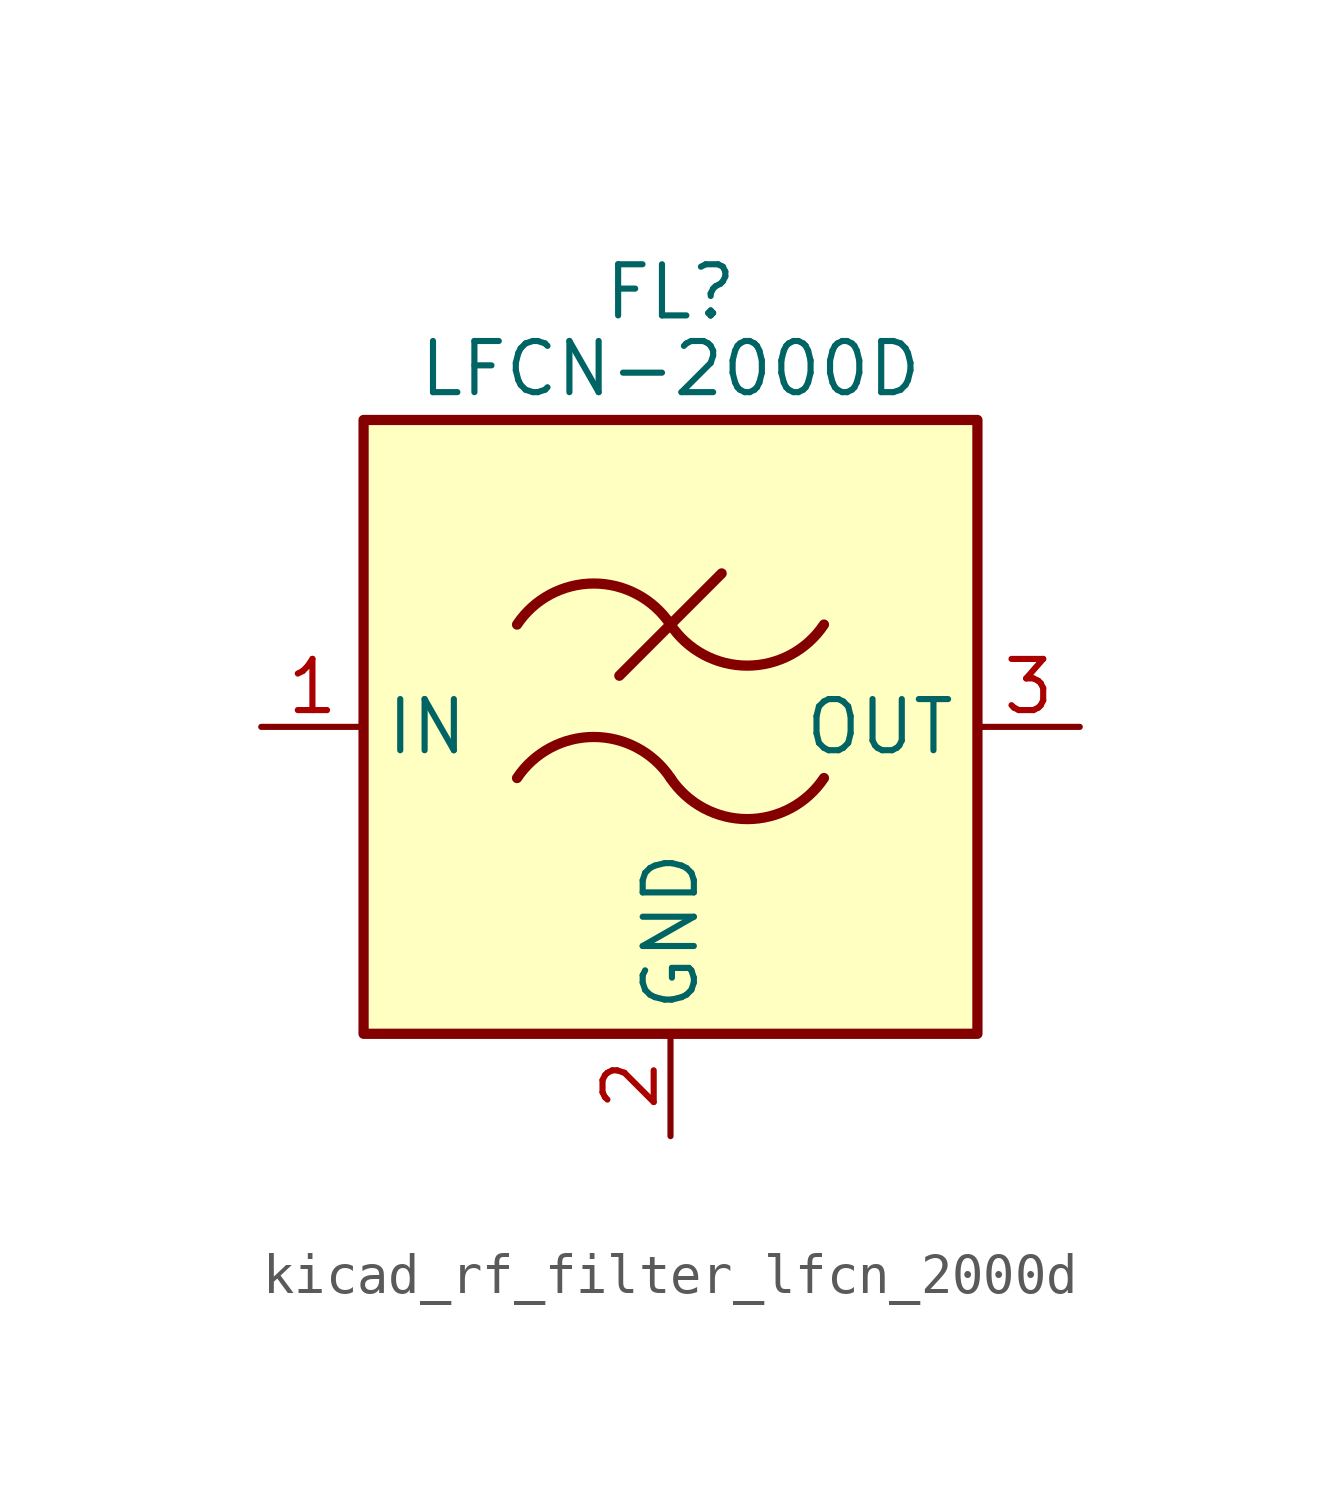
<source format=kicad_sym>
(kicad_symbol_lib
  (version 20220914)
  (generator kicad_symbol_editor)
  (symbol "kicad_rf_filter_lfcn_2000d"
    (property "Reference" "FL"
      (at 0 10.795 0)
      (effects (font (size 1.27 1.27))))
    (property "Value" "LFCN-2000D"
      (at 0 8.89 0)
      (effects (font (size 1.27 1.27))))
    (symbol "kicad_rf_filter_lfcn_2000d_0_1"
      (rectangle (start -7.62 7.62) (end 7.62 -7.62) (stroke (width 0.254) (type default)) (fill (type background)))
      (arc (start 0 -1.27) (mid -1.905 -0.2505) (end -3.81 -1.27) (stroke (width 0.254) (type default)) (fill (type none)))
      (arc (start 0 -1.27) (mid 1.905 -2.2895) (end 3.81 -1.27) (stroke (width 0.254) (type default)) (fill (type none)))
      (polyline (pts (xy -1.27 1.27) (xy 1.27 3.81)) (stroke (width 0.254) (type default)) (fill (type none)))
      (arc (start 0 2.54) (mid -1.905 3.5595) (end -3.81 2.54) (stroke (width 0.254) (type default)) (fill (type none)))
      (arc (start 0 2.54) (mid 1.905 1.5205) (end 3.81 2.54) (stroke (width 0.254) (type default)) (fill (type none))))
    (symbol "kicad_rf_filter_lfcn_2000d_1_1"
      (pin passive line (at -10.16 0 0) (length 2.54) (name "IN" (effects (font (size 1.27 1.27)))) (number "1" (effects (font (size 1.27 1.27)))))
      (pin passive line (at 0 -10.16 90) (length 2.54) (name "GND" (effects (font (size 1.27 1.27)))) (number "2" (effects (font (size 1.27 1.27)))))
      (pin passive line (at 10.16 0 180) (length 2.54) (name "OUT" (effects (font (size 1.27 1.27)))) (number "3" (effects (font (size 1.27 1.27)))))
      (pin passive line (at 0 -10.16 90) (length 2.54) hide (name "GND" (effects (font (size 1.27 1.27)))) (number "4" (effects (font (size 1.27 1.27))))))))
</source>
